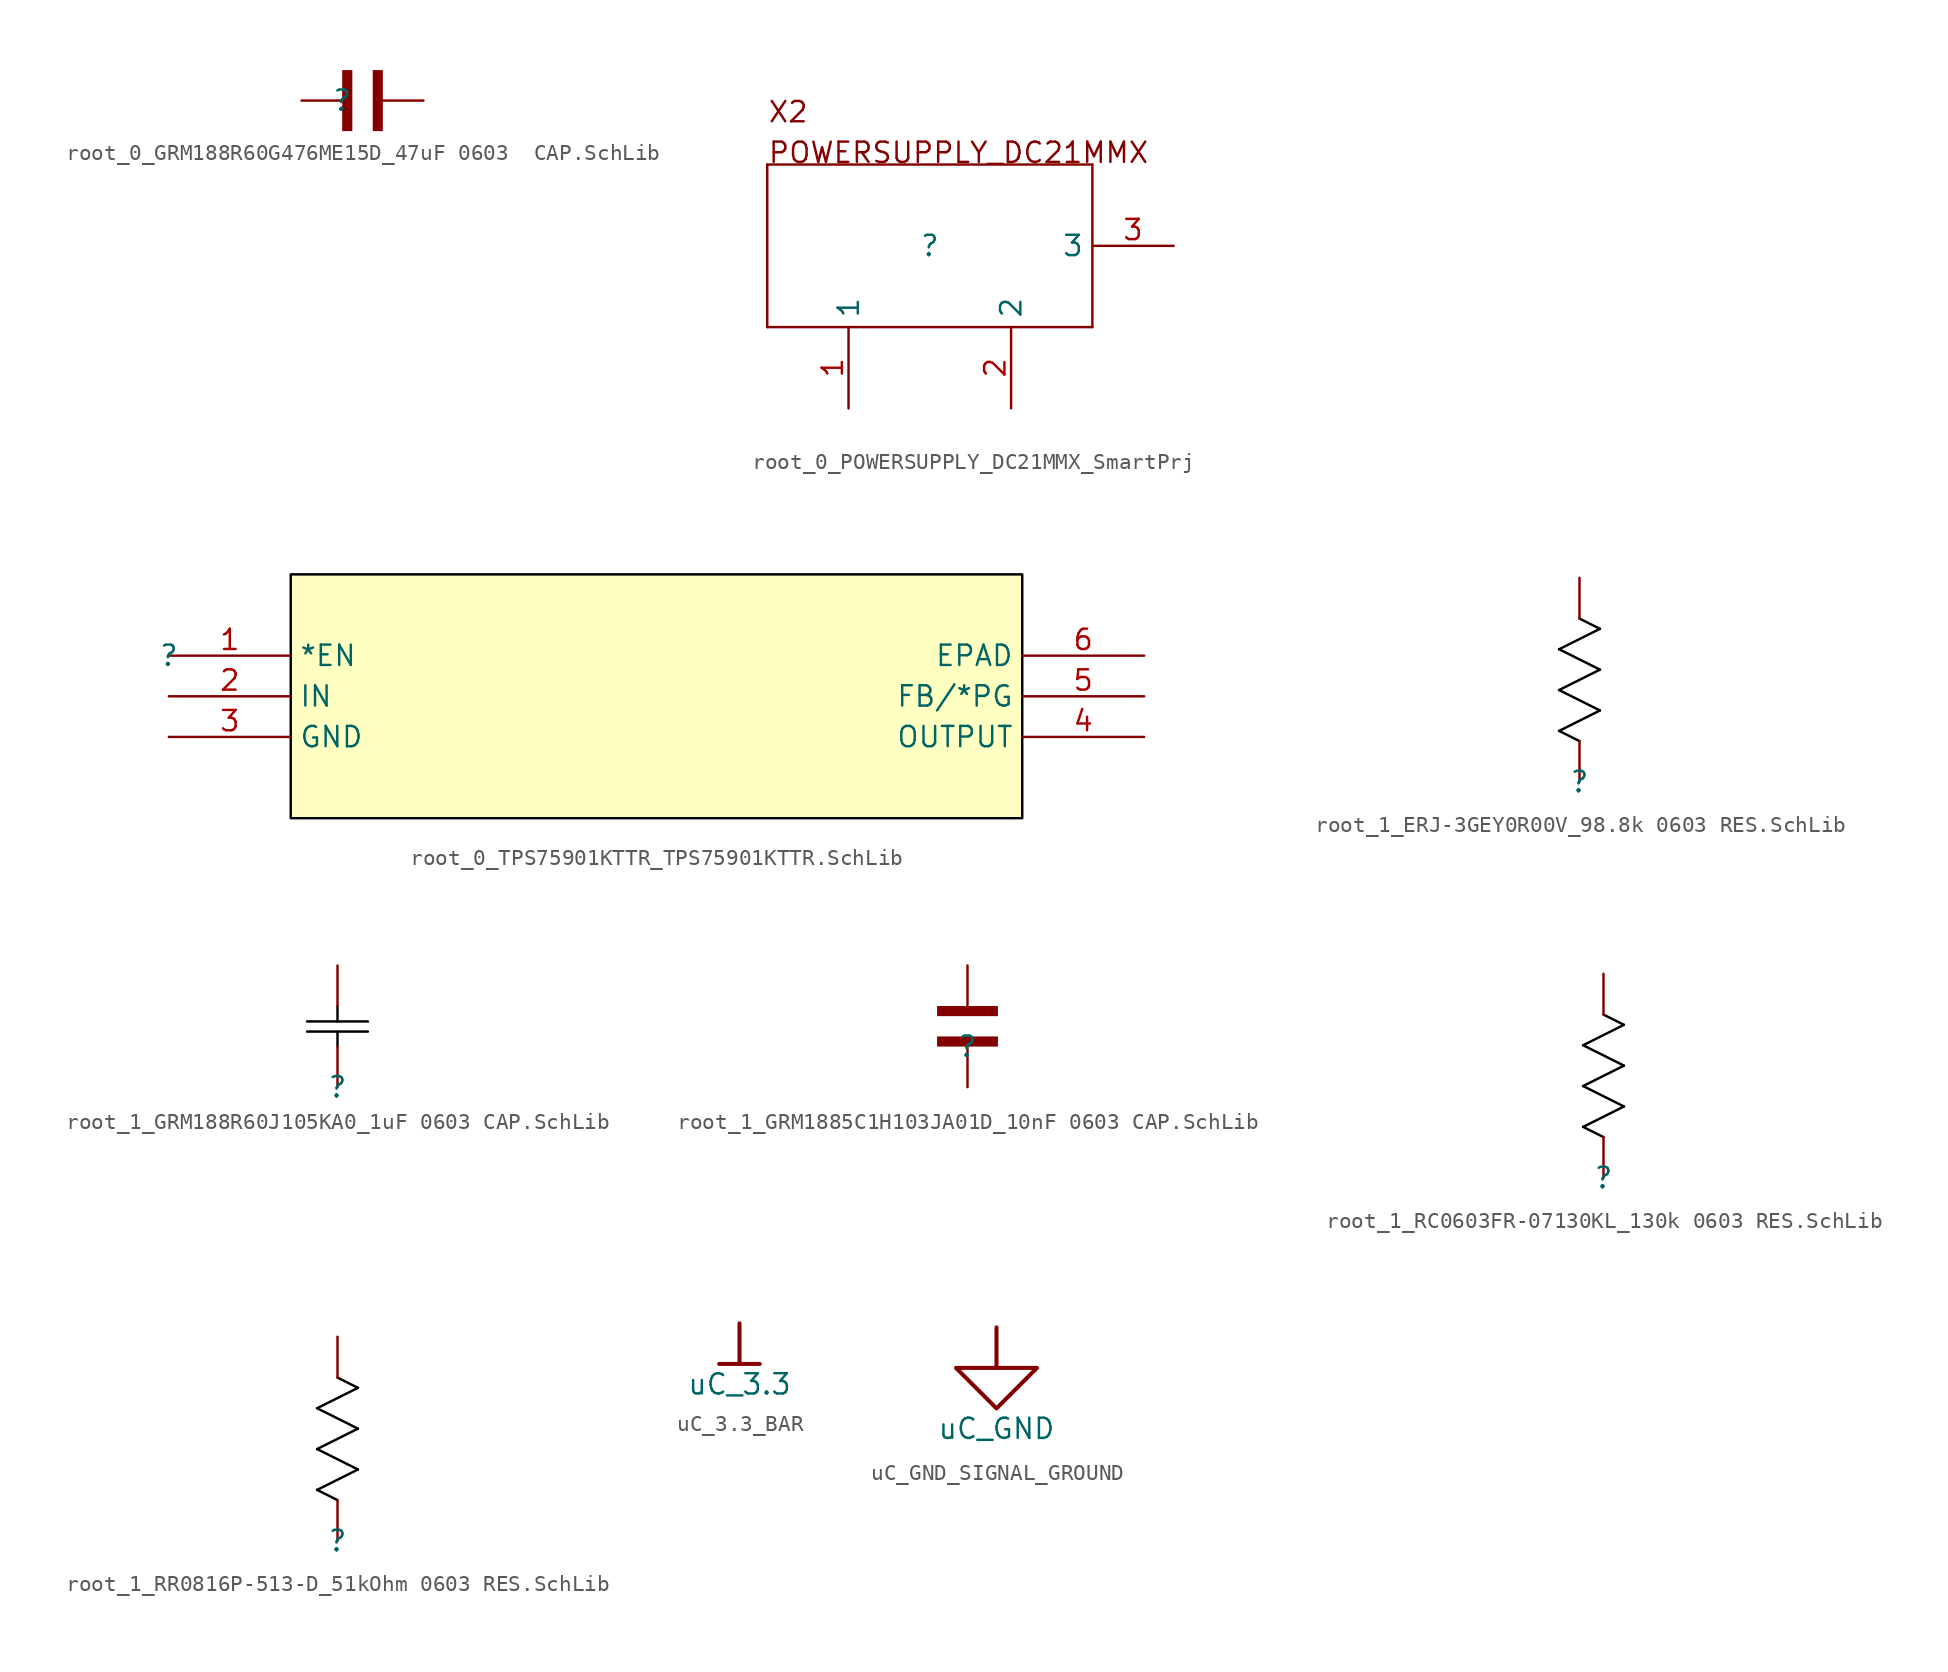
<source format=kicad_sym>
(kicad_symbol_lib
  (version 20241209)
  (generator "kicad_symbol_editor")
  (generator_version "9.0")
  (symbol "root_0_GRM188R60G476ME15D_47uF 0603  CAP.SchLib"
    (pin_numbers
      (hide yes))
    (pin_names
      (hide yes))
    (property "Reference" ""
      (at 0 0 0)
      (effects (font (size 1.27 1.27))))
    (property "Value" ""
      (at 0 0 0)
      (effects (font (size 1.27 1.27))))
    (symbol "root_0_GRM188R60G476ME15D_47uF 0603  CAP.SchLib_1_0"
      (polyline (pts (xy 0 1.905) (xy 0.635 1.905) (xy 0.635 -1.908) (xy 0 -1.908) (xy 0 1.905)) (stroke (width -0.0001) (type solid)) (fill (type outline)))
      (polyline (pts (xy 1.909 1.905) (xy 2.54 1.905) (xy 2.54 -1.909) (xy 1.909 -1.909) (xy 1.909 1.905)) (stroke (width -0.0001) (type solid)) (fill (type outline)))
      (pin passive line (at -2.54 0 0) (length 2.54) (name "2" (effects (font (size 1.27 1.27)))) (number "2" (effects (font (size 1.27 1.27)))))
      (pin passive line (at 5.08 0 180) (length 2.54) (name "1" (effects (font (size 1.27 1.27)))) (number "1" (effects (font (size 1.27 1.27)))))))
  (symbol "root_0_POWERSUPPLY_DC21MMX_SmartPrj"
    (property "Reference" ""
      (at 0 0 0)
      (effects (font (size 1.27 1.27))))
    (property "Value" ""
      (at 0 0 0)
      (effects (font (size 1.27 1.27))))
    (symbol "root_0_POWERSUPPLY_DC21MMX_SmartPrj_1_0"
      (polyline (pts (xy -10.16 5.08) (xy 10.16 5.08)) (stroke (width 0) (type solid)) (fill (type none)))
      (polyline (pts (xy -10.16 -5.08) (xy -10.16 5.08)) (stroke (width 0) (type solid)) (fill (type none)))
      (polyline (pts (xy 10.16 5.08) (xy 10.16 -5.08)) (stroke (width 0) (type solid)) (fill (type none)))
      (polyline (pts (xy 10.16 -5.08) (xy -10.16 -5.08)) (stroke (width 0) (type solid)) (fill (type none)))
      (text "X2" (at -10.16 7.62 0) (effects (font (size 1.27 1.27)) (justify left bottom)))
      (text "POWERSUPPLY_DC21MMX" (at -10.16 5.08 0) (effects (font (size 1.27 1.27)) (justify left bottom)))
      (pin passive line (at -5.08 -10.16 90) (length 5.08) (name "1" (effects (font (size 1.27 1.27)))) (number "1" (effects (font (size 1.27 1.27)))))
      (pin passive line (at 5.08 -10.16 90) (length 5.08) (name "2" (effects (font (size 1.27 1.27)))) (number "2" (effects (font (size 1.27 1.27)))))
      (pin passive line (at 15.24 0 180) (length 5.08) (name "3" (effects (font (size 1.27 1.27)))) (number "3" (effects (font (size 1.27 1.27)))))))
  (symbol "root_0_TPS75901KTTR_TPS75901KTTR.SchLib"
    (property "Reference" ""
      (at 0 0 0)
      (effects (font (size 1.27 1.27))))
    (property "Value" ""
      (at 0 0 0)
      (effects (font (size 1.27 1.27))))
    (symbol "root_0_TPS75901KTTR_TPS75901KTTR.SchLib_1_0"
      (rectangle (start 53.34 5.08) (end 7.62 -10.16) (stroke (width 0) (type solid) (color 0 0 0 1)) (fill (type background)))
      (pin passive line (at 0 0 0) (length 7.62) (name "*EN" (effects (font (size 1.27 1.27)))) (number "1" (effects (font (size 1.27 1.27)))))
      (pin input line (at 0 -2.54 0) (length 7.62) (name "IN" (effects (font (size 1.27 1.27)))) (number "2" (effects (font (size 1.27 1.27)))))
      (pin power_in line (at 0 -5.08 0) (length 7.62) (name "GND" (effects (font (size 1.27 1.27)))) (number "3" (effects (font (size 1.27 1.27)))))
      (pin passive line (at 60.96 0 180) (length 7.62) (name "EPAD" (effects (font (size 1.27 1.27)))) (number "6" (effects (font (size 1.27 1.27)))))
      (pin passive line (at 60.96 -2.54 180) (length 7.62) (name "FB/*PG" (effects (font (size 1.27 1.27)))) (number "5" (effects (font (size 1.27 1.27)))))
      (pin power_in line (at 60.96 -5.08 180) (length 7.62) (name "OUTPUT" (effects (font (size 1.27 1.27)))) (number "4" (effects (font (size 1.27 1.27)))))))
  (symbol "root_1_ERJ-3GEY0R00V_98.8k 0603 RES.SchLib"
    (pin_numbers
      (hide yes))
    (pin_names
      (hide yes))
    (property "Reference" ""
      (at 0 0 0)
      (effects (font (size 1.27 1.27))))
    (property "Value" ""
      (at 0 0 0)
      (effects (font (size 1.27 1.27))))
    (symbol "root_1_ERJ-3GEY0R00V_98.8k 0603 RES.SchLib_1_0"
      (polyline (pts (xy -1.27 8.255) (xy 1.27 9.525)) (stroke (width 0) (type solid) (color 0 0 0 1)) (fill (type none)))
      (polyline (pts (xy -1.27 5.715) (xy 1.27 6.985)) (stroke (width 0) (type solid) (color 0 0 0 1)) (fill (type none)))
      (polyline (pts (xy -1.27 3.175) (xy 1.27 4.445)) (stroke (width 0) (type solid) (color 0 0 0 1)) (fill (type none)))
      (polyline (pts (xy 0 2.54) (xy -1.27 3.175)) (stroke (width 0) (type solid) (color 0 0 0 1)) (fill (type none)))
      (polyline (pts (xy 1.27 9.525) (xy 0 10.16)) (stroke (width 0) (type solid) (color 0 0 0 1)) (fill (type none)))
      (polyline (pts (xy 1.27 6.985) (xy -1.27 8.255)) (stroke (width 0) (type solid) (color 0 0 0 1)) (fill (type none)))
      (polyline (pts (xy 1.27 4.445) (xy -1.27 5.715)) (stroke (width 0) (type solid) (color 0 0 0 1)) (fill (type none)))
      (pin passive line (at 0 12.7 270) (length 2.54) (name "1" (effects (font (size 1.27 1.27)))) (number "1" (effects (font (size 1.27 1.27)))))
      (pin passive line (at 0 0 90) (length 2.54) (name "2" (effects (font (size 1.27 1.27)))) (number "2" (effects (font (size 1.27 1.27)))))))
  (symbol "root_1_GRM188R60J105KA0_1uF 0603 CAP.SchLib"
    (pin_numbers
      (hide yes))
    (pin_names
      (hide yes))
    (property "Reference" ""
      (at 0 0 0)
      (effects (font (size 1.27 1.27))))
    (property "Value" ""
      (at 0 0 0)
      (effects (font (size 1.27 1.27))))
    (symbol "root_1_GRM188R60J105KA0_1uF 0603 CAP.SchLib_1_0"
      (polyline (pts (xy 0 4.115) (xy 0 5.08)) (stroke (width 0) (type solid) (color 0 0 0 1)) (fill (type none)))
      (polyline (pts (xy 0 2.54) (xy 0 3.48)) (stroke (width 0) (type solid) (color 0 0 0 1)) (fill (type none)))
      (polyline (pts (xy 1.905 4.115) (xy -1.905 4.115)) (stroke (width 0) (type solid) (color 0 0 0 1)) (fill (type none)))
      (polyline (pts (xy 1.905 3.48) (xy -1.905 3.48)) (stroke (width 0) (type solid) (color 0 0 0 1)) (fill (type none)))
      (pin passive line (at 0 7.62 270) (length 2.54) (name "2" (effects (font (size 1.27 1.27)))) (number "2" (effects (font (size 1.27 1.27)))))
      (pin passive line (at 0 0 90) (length 2.54) (name "1" (effects (font (size 1.27 1.27)))) (number "1" (effects (font (size 1.27 1.27)))))))
  (symbol "root_1_GRM1885C1H103JA01D_10nF 0603 CAP.SchLib"
    (pin_numbers
      (hide yes))
    (pin_names
      (hide yes))
    (property "Reference" ""
      (at 0 0 0)
      (effects (font (size 1.27 1.27))))
    (property "Value" ""
      (at 0 0 0)
      (effects (font (size 1.27 1.27))))
    (symbol "root_1_GRM1885C1H103JA01D_10nF 0603 CAP.SchLib_1_0"
      (polyline (pts (xy -1.905 1.906) (xy -1.905 2.54) (xy 1.906 2.54) (xy 1.906 1.906) (xy -1.905 1.906)) (stroke (width -0.0001) (type solid)) (fill (type outline)))
      (polyline (pts (xy -1.905 0) (xy -1.905 0.635) (xy 1.906 0.635) (xy 1.906 0) (xy -1.905 0)) (stroke (width -0.0001) (type solid)) (fill (type outline)))
      (pin passive line (at 0 5.08 270) (length 2.54) (name "1" (effects (font (size 1.27 1.27)))) (number "1" (effects (font (size 1.27 1.27)))))
      (pin passive line (at 0 -2.54 90) (length 2.54) (name "2" (effects (font (size 1.27 1.27)))) (number "2" (effects (font (size 1.27 1.27)))))))
  (symbol "root_1_RC0603FR-07130KL_130k 0603 RES.SchLib"
    (pin_numbers
      (hide yes))
    (pin_names
      (hide yes))
    (property "Reference" ""
      (at 0 0 0)
      (effects (font (size 1.27 1.27))))
    (property "Value" ""
      (at 0 0 0)
      (effects (font (size 1.27 1.27))))
    (symbol "root_1_RC0603FR-07130KL_130k 0603 RES.SchLib_1_0"
      (polyline (pts (xy -1.27 8.255) (xy 1.27 9.525)) (stroke (width 0) (type solid) (color 0 0 0 1)) (fill (type none)))
      (polyline (pts (xy -1.27 5.715) (xy 1.27 6.985)) (stroke (width 0) (type solid) (color 0 0 0 1)) (fill (type none)))
      (polyline (pts (xy -1.27 3.175) (xy 1.27 4.445)) (stroke (width 0) (type solid) (color 0 0 0 1)) (fill (type none)))
      (polyline (pts (xy 0 2.54) (xy -1.27 3.175)) (stroke (width 0) (type solid) (color 0 0 0 1)) (fill (type none)))
      (polyline (pts (xy 1.27 9.525) (xy 0 10.16)) (stroke (width 0) (type solid) (color 0 0 0 1)) (fill (type none)))
      (polyline (pts (xy 1.27 6.985) (xy -1.27 8.255)) (stroke (width 0) (type solid) (color 0 0 0 1)) (fill (type none)))
      (polyline (pts (xy 1.27 4.445) (xy -1.27 5.715)) (stroke (width 0) (type solid) (color 0 0 0 1)) (fill (type none)))
      (pin passive line (at 0 12.7 270) (length 2.54) (name "1" (effects (font (size 1.27 1.27)))) (number "1" (effects (font (size 1.27 1.27)))))
      (pin passive line (at 0 0 90) (length 2.54) (name "2" (effects (font (size 1.27 1.27)))) (number "2" (effects (font (size 1.27 1.27)))))))
  (symbol "root_1_RR0816P-513-D_51kOhm 0603 RES.SchLib"
    (pin_numbers
      (hide yes))
    (pin_names
      (hide yes))
    (property "Reference" ""
      (at 0 0 0)
      (effects (font (size 1.27 1.27))))
    (property "Value" ""
      (at 0 0 0)
      (effects (font (size 1.27 1.27))))
    (symbol "root_1_RR0816P-513-D_51kOhm 0603 RES.SchLib_1_0"
      (polyline (pts (xy -1.27 8.255) (xy 1.27 9.525)) (stroke (width 0) (type solid) (color 0 0 0 1)) (fill (type none)))
      (polyline (pts (xy -1.27 5.715) (xy 1.27 6.985)) (stroke (width 0) (type solid) (color 0 0 0 1)) (fill (type none)))
      (polyline (pts (xy -1.27 3.175) (xy 1.27 4.445)) (stroke (width 0) (type solid) (color 0 0 0 1)) (fill (type none)))
      (polyline (pts (xy 0 2.54) (xy -1.27 3.175)) (stroke (width 0) (type solid) (color 0 0 0 1)) (fill (type none)))
      (polyline (pts (xy 1.27 9.525) (xy 0 10.16)) (stroke (width 0) (type solid) (color 0 0 0 1)) (fill (type none)))
      (polyline (pts (xy 1.27 6.985) (xy -1.27 8.255)) (stroke (width 0) (type solid) (color 0 0 0 1)) (fill (type none)))
      (polyline (pts (xy 1.27 4.445) (xy -1.27 5.715)) (stroke (width 0) (type solid) (color 0 0 0 1)) (fill (type none)))
      (pin passive line (at 0 12.7 270) (length 2.54) (name "2" (effects (font (size 1.27 1.27)))) (number "2" (effects (font (size 1.27 1.27)))))
      (pin passive line (at 0 0 90) (length 2.54) (name "1" (effects (font (size 1.27 1.27)))) (number "1" (effects (font (size 1.27 1.27)))))))
  (symbol "uC_3.3_BAR"
    (power)
    (property "Reference" "#PWR"
      (at 0 0 0)
      (effects (font (size 1.27 1.27)) (hide yes)))
    (property "Value" "uC_3.3"
      (at 0 -3.81 0)
      (effects (font (size 1.27 1.27))))
    (symbol "uC_3.3_BAR_0_0"
      (polyline (pts (xy -1.27 -2.54) (xy 1.27 -2.54)) (stroke (width 0.254) (type solid)) (fill (type none)))
      (polyline (pts (xy 0 0) (xy 0 -2.54)) (stroke (width 0.254) (type solid)) (fill (type none)))
      (pin power_in line (at 0 0 0) (length 0) (hide yes) (name "uC_3.3" (effects (font (size 1.27 1.27)))) (number "" (effects (font (size 1.27 1.27)))))))
  (symbol "uC_GND_SIGNAL_GROUND"
    (power)
    (property "Reference" "#PWR"
      (at 0 0 0)
      (effects (font (size 1.27 1.27)) (hide yes)))
    (property "Value" "uC_GND"
      (at 0 -6.35 0)
      (effects (font (size 1.27 1.27))))
    (symbol "uC_GND_SIGNAL_GROUND_0_0"
      (polyline (pts (xy -2.54 -2.54) (xy 2.54 -2.54) (xy 0 -5.08) (xy -2.54 -2.54)) (stroke (width 0.254) (type solid)) (fill (type none)))
      (polyline (pts (xy 0 0) (xy 0 -2.54)) (stroke (width 0.254) (type solid)) (fill (type none)))
      (pin power_in line (at 0 0 0) (length 0) (hide yes) (name "uC_GND" (effects (font (size 1.27 1.27)))) (number "" (effects (font (size 1.27 1.27))))))))
</source>
